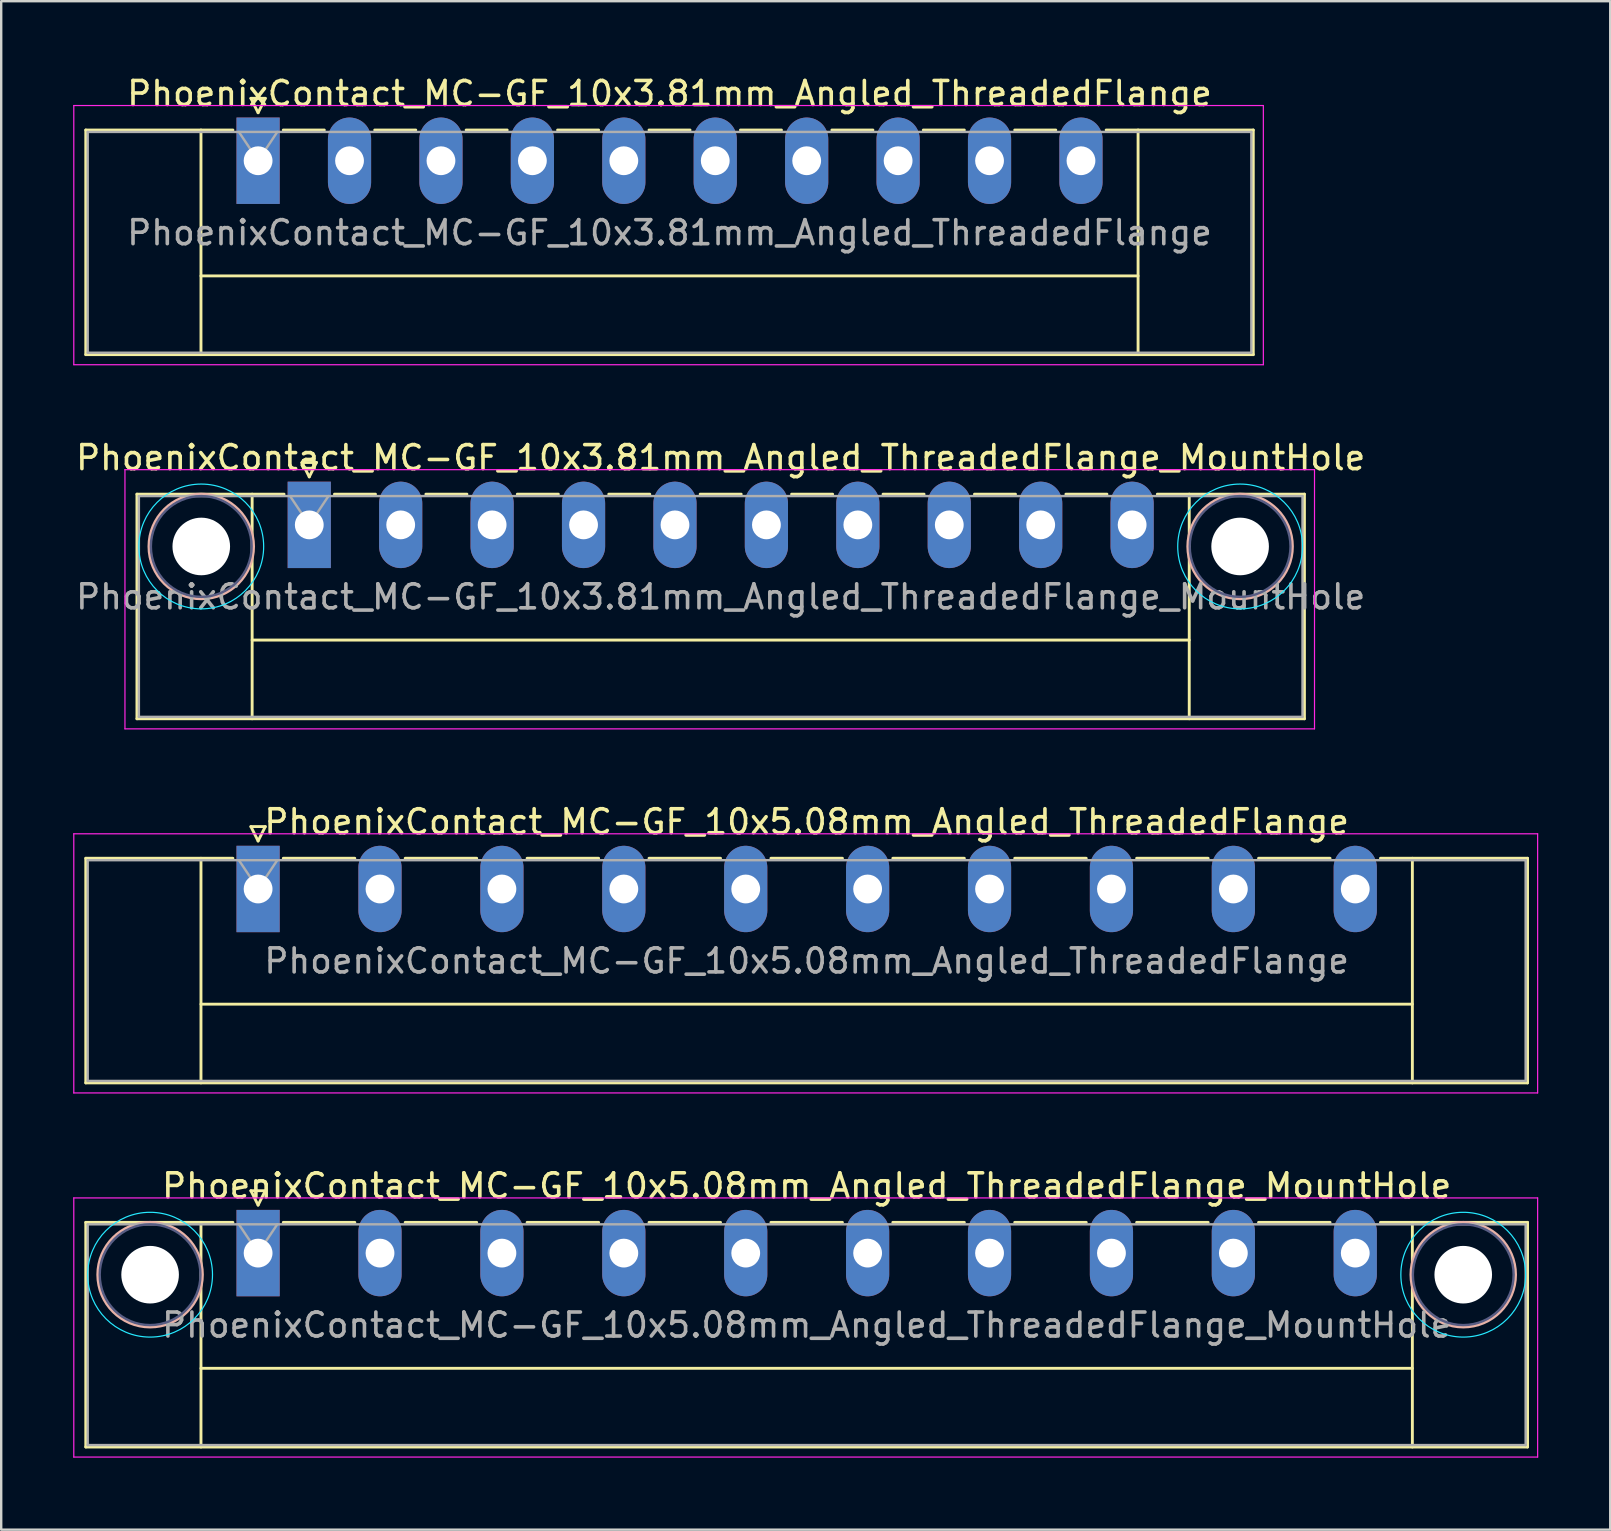
<source format=kicad_pcb>
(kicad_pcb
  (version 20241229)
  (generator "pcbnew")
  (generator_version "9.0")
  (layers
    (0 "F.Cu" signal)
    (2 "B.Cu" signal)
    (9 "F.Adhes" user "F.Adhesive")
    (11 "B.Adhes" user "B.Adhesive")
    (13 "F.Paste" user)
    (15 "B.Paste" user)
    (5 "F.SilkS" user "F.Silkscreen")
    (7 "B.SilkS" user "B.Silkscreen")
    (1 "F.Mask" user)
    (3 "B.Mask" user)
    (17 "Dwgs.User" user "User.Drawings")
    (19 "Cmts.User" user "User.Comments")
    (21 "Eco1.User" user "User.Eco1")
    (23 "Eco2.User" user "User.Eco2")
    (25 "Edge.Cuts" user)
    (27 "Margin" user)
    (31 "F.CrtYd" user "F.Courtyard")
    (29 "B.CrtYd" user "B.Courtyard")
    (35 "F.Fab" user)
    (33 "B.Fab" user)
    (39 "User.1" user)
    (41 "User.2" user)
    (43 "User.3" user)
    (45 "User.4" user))
  (footprint "PhoenixContact_MC-GF_10x5.08mm_Angled_ThreadedFlange_MountHole"
    (layer "F.Cu")
    (at 7.705 49.168)
    (property "Reference" "PhoenixContact_MC-GF_10x5.08mm_Angled_ThreadedFlange_MountHole" (at 22.86 -2.8 0) (layer "F.SilkS") (effects (font (size 1 1) (thickness 0.15))))
    (attr through_hole)
    (fp_line (start -7.18 -1.28) (end -7.18 8.08) (stroke (width 0.12) (type solid)) (layer "F.SilkS"))
    (fp_line (start -7.18 -1.28) (end -1.05 -1.28) (stroke (width 0.12) (type solid)) (layer "F.SilkS"))
    (fp_line (start -7.18 8.08) (end 52.9 8.08) (stroke (width 0.12) (type solid)) (layer "F.SilkS"))
    (fp_line (start -2.38 -1.28) (end -2.38 8.08) (stroke (width 0.12) (type solid)) (layer "F.SilkS"))
    (fp_line (start -2.38 4.8) (end 48.1 4.8) (stroke (width 0.12) (type solid)) (layer "F.SilkS"))
    (fp_line (start -0.3 -2.6) (end 0.3 -2.6) (stroke (width 0.12) (type solid)) (layer "F.SilkS"))
    (fp_line (start 0 -2) (end -0.3 -2.6) (stroke (width 0.12) (type solid)) (layer "F.SilkS"))
    (fp_line (start 0.3 -2.6) (end 0 -2) (stroke (width 0.12) (type solid)) (layer "F.SilkS"))
    (fp_line (start 1.05 -1.28) (end 4.03 -1.28) (stroke (width 0.12) (type solid)) (layer "F.SilkS"))
    (fp_line (start 6.13 -1.28) (end 9.11 -1.28) (stroke (width 0.12) (type solid)) (layer "F.SilkS"))
    (fp_line (start 11.21 -1.28) (end 14.19 -1.28) (stroke (width 0.12) (type solid)) (layer "F.SilkS"))
    (fp_line (start 16.29 -1.28) (end 19.27 -1.28) (stroke (width 0.12) (type solid)) (layer "F.SilkS"))
    (fp_line (start 21.37 -1.28) (end 24.35 -1.28) (stroke (width 0.12) (type solid)) (layer "F.SilkS"))
    (fp_line (start 26.45 -1.28) (end 29.43 -1.28) (stroke (width 0.12) (type solid)) (layer "F.SilkS"))
    (fp_line (start 31.53 -1.28) (end 34.51 -1.28) (stroke (width 0.12) (type solid)) (layer "F.SilkS"))
    (fp_line (start 36.61 -1.28) (end 39.59 -1.28) (stroke (width 0.12) (type solid)) (layer "F.SilkS"))
    (fp_line (start 41.69 -1.28) (end 44.67 -1.28) (stroke (width 0.12) (type solid)) (layer "F.SilkS"))
    (fp_line (start 48.1 -1.28) (end 48.1 8.08) (stroke (width 0.12) (type solid)) (layer "F.SilkS"))
    (fp_line (start 52.9 -1.28) (end 46.77 -1.28) (stroke (width 0.12) (type solid)) (layer "F.SilkS"))
    (fp_line (start 52.9 8.08) (end 52.9 -1.28) (stroke (width 0.12) (type solid)) (layer "F.SilkS"))
    (fp_circle (center -4.5 0.9) (end -2.32 0.9) (stroke (width 0.12) (type solid)) (fill no) (layer "B.SilkS"))
    (fp_circle (center 50.22 0.9) (end 52.4 0.9) (stroke (width 0.12) (type solid)) (fill no) (layer "B.SilkS"))
    (fp_circle (center -4.5 0.9) (end -1.9 0.9) (stroke (width 0.05) (type solid)) (fill no) (layer "B.CrtYd"))
    (fp_circle (center 50.22 0.9) (end 52.82 0.9) (stroke (width 0.05) (type solid)) (fill no) (layer "B.CrtYd"))
    (fp_line (start -7.68 -2.3) (end -7.68 8.5) (stroke (width 0.05) (type solid)) (layer "F.CrtYd"))
    (fp_line (start -7.68 8.5) (end 53.32 8.5) (stroke (width 0.05) (type solid)) (layer "F.CrtYd"))
    (fp_line (start 53.32 -2.3) (end -7.68 -2.3) (stroke (width 0.05) (type solid)) (layer "F.CrtYd"))
    (fp_line (start 53.32 8.5) (end 53.32 -2.3) (stroke (width 0.05) (type solid)) (layer "F.CrtYd"))
    (fp_circle (center -4.5 0.9) (end -2.4 0.9) (stroke (width 0.1) (type solid)) (fill no) (layer "B.Fab"))
    (fp_circle (center 50.22 0.9) (end 52.32 0.9) (stroke (width 0.1) (type solid)) (fill no) (layer "B.Fab"))
    (fp_line (start -7.1 -1.2) (end -7.1 8) (stroke (width 0.1) (type solid)) (layer "F.Fab"))
    (fp_line (start -7.1 8) (end 52.82 8) (stroke (width 0.1) (type solid)) (layer "F.Fab"))
    (fp_line (start 0 0) (end -0.8 -1.2) (stroke (width 0.1) (type solid)) (layer "F.Fab"))
    (fp_line (start 0.8 -1.2) (end 0 0) (stroke (width 0.1) (type solid)) (layer "F.Fab"))
    (fp_line (start 52.82 -1.2) (end -7.1 -1.2) (stroke (width 0.1) (type solid)) (layer "F.Fab"))
    (fp_line (start 52.82 8) (end 52.82 -1.2) (stroke (width 0.1) (type solid)) (layer "F.Fab"))
    (fp_text user "${REFERENCE}" (at 22.86 3 0) (layer "F.Fab") (effects (font (size 1 1) (thickness 0.15))))
    (pad "" np_thru_hole circle (at -4.5 0.9) (size 2.4 2.4) (drill 2.4) (layers "*.Cu" "*.Mask"))
    (pad "" np_thru_hole circle (at 50.22 0.9) (size 2.4 2.4) (drill 2.4) (layers "*.Cu" "*.Mask"))
    (pad "1" thru_hole rect (at 0 0) (size 1.8 3.6) (drill 1.2) (layers "*.Cu" "*.Mask"))
    (pad "2" thru_hole oval (at 5.08 0) (size 1.8 3.6) (drill 1.2) (layers "*.Cu" "*.Mask"))
    (pad "3" thru_hole oval (at 10.16 0) (size 1.8 3.6) (drill 1.2) (layers "*.Cu" "*.Mask"))
    (pad "4" thru_hole oval (at 15.24 0) (size 1.8 3.6) (drill 1.2) (layers "*.Cu" "*.Mask"))
    (pad "5" thru_hole oval (at 20.32 0) (size 1.8 3.6) (drill 1.2) (layers "*.Cu" "*.Mask"))
    (pad "6" thru_hole oval (at 25.4 0) (size 1.8 3.6) (drill 1.2) (layers "*.Cu" "*.Mask"))
    (pad "7" thru_hole oval (at 30.48 0) (size 1.8 3.6) (drill 1.2) (layers "*.Cu" "*.Mask"))
    (pad "8" thru_hole oval (at 35.56 0) (size 1.8 3.6) (drill 1.2) (layers "*.Cu" "*.Mask"))
    (pad "9" thru_hole oval (at 40.64 0) (size 1.8 3.6) (drill 1.2) (layers "*.Cu" "*.Mask"))
    (pad "10" thru_hole oval (at 45.72 0) (size 1.8 3.6) (drill 1.2) (layers "*.Cu" "*.Mask")))
  (footprint "PhoenixContact_MC-GF_10x3.81mm_Angled_ThreadedFlange_MountHole"
    (layer "F.Cu")
    (at 9.837 18.822)
    (property "Reference" "PhoenixContact_MC-GF_10x3.81mm_Angled_ThreadedFlange_MountHole" (at 17.145 -2.8 0) (layer "F.SilkS") (effects (font (size 1 1) (thickness 0.15))))
    (attr through_hole)
    (fp_line (start -7.18 -1.28) (end -7.18 8.08) (stroke (width 0.12) (type solid)) (layer "F.SilkS"))
    (fp_line (start -7.18 -1.28) (end -1.05 -1.28) (stroke (width 0.12) (type solid)) (layer "F.SilkS"))
    (fp_line (start -7.18 8.08) (end 41.47 8.08) (stroke (width 0.12) (type solid)) (layer "F.SilkS"))
    (fp_line (start -2.38 -1.28) (end -2.38 8.08) (stroke (width 0.12) (type solid)) (layer "F.SilkS"))
    (fp_line (start -2.38 4.8) (end 36.67 4.8) (stroke (width 0.12) (type solid)) (layer "F.SilkS"))
    (fp_line (start -0.3 -2.6) (end 0.3 -2.6) (stroke (width 0.12) (type solid)) (layer "F.SilkS"))
    (fp_line (start 0 -2) (end -0.3 -2.6) (stroke (width 0.12) (type solid)) (layer "F.SilkS"))
    (fp_line (start 0.3 -2.6) (end 0 -2) (stroke (width 0.12) (type solid)) (layer "F.SilkS"))
    (fp_line (start 1.05 -1.28) (end 2.76 -1.28) (stroke (width 0.12) (type solid)) (layer "F.SilkS"))
    (fp_line (start 4.86 -1.28) (end 6.57 -1.28) (stroke (width 0.12) (type solid)) (layer "F.SilkS"))
    (fp_line (start 8.67 -1.28) (end 10.38 -1.28) (stroke (width 0.12) (type solid)) (layer "F.SilkS"))
    (fp_line (start 12.48 -1.28) (end 14.19 -1.28) (stroke (width 0.12) (type solid)) (layer "F.SilkS"))
    (fp_line (start 16.29 -1.28) (end 18 -1.28) (stroke (width 0.12) (type solid)) (layer "F.SilkS"))
    (fp_line (start 20.1 -1.28) (end 21.81 -1.28) (stroke (width 0.12) (type solid)) (layer "F.SilkS"))
    (fp_line (start 23.91 -1.28) (end 25.62 -1.28) (stroke (width 0.12) (type solid)) (layer "F.SilkS"))
    (fp_line (start 27.72 -1.28) (end 29.43 -1.28) (stroke (width 0.12) (type solid)) (layer "F.SilkS"))
    (fp_line (start 31.53 -1.28) (end 33.24 -1.28) (stroke (width 0.12) (type solid)) (layer "F.SilkS"))
    (fp_line (start 36.67 -1.28) (end 36.67 8.08) (stroke (width 0.12) (type solid)) (layer "F.SilkS"))
    (fp_line (start 41.47 -1.28) (end 35.34 -1.28) (stroke (width 0.12) (type solid)) (layer "F.SilkS"))
    (fp_line (start 41.47 8.08) (end 41.47 -1.28) (stroke (width 0.12) (type solid)) (layer "F.SilkS"))
    (fp_circle (center -4.5 0.9) (end -2.32 0.9) (stroke (width 0.12) (type solid)) (fill no) (layer "B.SilkS"))
    (fp_circle (center 38.79 0.9) (end 40.97 0.9) (stroke (width 0.12) (type solid)) (fill no) (layer "B.SilkS"))
    (fp_circle (center -4.5 0.9) (end -1.9 0.9) (stroke (width 0.05) (type solid)) (fill no) (layer "B.CrtYd"))
    (fp_circle (center 38.79 0.9) (end 41.39 0.9) (stroke (width 0.05) (type solid)) (fill no) (layer "B.CrtYd"))
    (fp_line (start -7.68 -2.3) (end -7.68 8.5) (stroke (width 0.05) (type solid)) (layer "F.CrtYd"))
    (fp_line (start -7.68 8.5) (end 41.89 8.5) (stroke (width 0.05) (type solid)) (layer "F.CrtYd"))
    (fp_line (start 41.89 -2.3) (end -7.68 -2.3) (stroke (width 0.05) (type solid)) (layer "F.CrtYd"))
    (fp_line (start 41.89 8.5) (end 41.89 -2.3) (stroke (width 0.05) (type solid)) (layer "F.CrtYd"))
    (fp_circle (center -4.5 0.9) (end -2.4 0.9) (stroke (width 0.1) (type solid)) (fill no) (layer "B.Fab"))
    (fp_circle (center 38.79 0.9) (end 40.89 0.9) (stroke (width 0.1) (type solid)) (fill no) (layer "B.Fab"))
    (fp_line (start -7.1 -1.2) (end -7.1 8) (stroke (width 0.1) (type solid)) (layer "F.Fab"))
    (fp_line (start -7.1 8) (end 41.39 8) (stroke (width 0.1) (type solid)) (layer "F.Fab"))
    (fp_line (start 0 0) (end -0.8 -1.2) (stroke (width 0.1) (type solid)) (layer "F.Fab"))
    (fp_line (start 0.8 -1.2) (end 0 0) (stroke (width 0.1) (type solid)) (layer "F.Fab"))
    (fp_line (start 41.39 -1.2) (end -7.1 -1.2) (stroke (width 0.1) (type solid)) (layer "F.Fab"))
    (fp_line (start 41.39 8) (end 41.39 -1.2) (stroke (width 0.1) (type solid)) (layer "F.Fab"))
    (fp_text user "${REFERENCE}" (at 17.145 3 0) (layer "F.Fab") (effects (font (size 1 1) (thickness 0.15))))
    (pad "" np_thru_hole circle (at -4.5 0.9) (size 2.4 2.4) (drill 2.4) (layers "*.Cu" "*.Mask"))
    (pad "" np_thru_hole circle (at 38.79 0.9) (size 2.4 2.4) (drill 2.4) (layers "*.Cu" "*.Mask"))
    (pad "1" thru_hole rect (at 0 0) (size 1.8 3.6) (drill 1.2) (layers "*.Cu" "*.Mask"))
    (pad "2" thru_hole oval (at 3.81 0) (size 1.8 3.6) (drill 1.2) (layers "*.Cu" "*.Mask"))
    (pad "3" thru_hole oval (at 7.62 0) (size 1.8 3.6) (drill 1.2) (layers "*.Cu" "*.Mask"))
    (pad "4" thru_hole oval (at 11.43 0) (size 1.8 3.6) (drill 1.2) (layers "*.Cu" "*.Mask"))
    (pad "5" thru_hole oval (at 15.24 0) (size 1.8 3.6) (drill 1.2) (layers "*.Cu" "*.Mask"))
    (pad "6" thru_hole oval (at 19.05 0) (size 1.8 3.6) (drill 1.2) (layers "*.Cu" "*.Mask"))
    (pad "7" thru_hole oval (at 22.86 0) (size 1.8 3.6) (drill 1.2) (layers "*.Cu" "*.Mask"))
    (pad "8" thru_hole oval (at 26.67 0) (size 1.8 3.6) (drill 1.2) (layers "*.Cu" "*.Mask"))
    (pad "9" thru_hole oval (at 30.48 0) (size 1.8 3.6) (drill 1.2) (layers "*.Cu" "*.Mask"))
    (pad "10" thru_hole oval (at 34.29 0) (size 1.8 3.6) (drill 1.2) (layers "*.Cu" "*.Mask")))
  (footprint "PhoenixContact_MC-GF_10x5.08mm_Angled_ThreadedFlange"
    (layer "F.Cu")
    (at 7.705 33.995)
    (property "Reference" "PhoenixContact_MC-GF_10x5.08mm_Angled_ThreadedFlange" (at 22.86 -2.8 0) (layer "F.SilkS") (effects (font (size 1 1) (thickness 0.15))))
    (attr through_hole)
    (fp_line (start -7.18 -1.28) (end -7.18 8.08) (stroke (width 0.12) (type solid)) (layer "F.SilkS"))
    (fp_line (start -7.18 -1.28) (end -1.05 -1.28) (stroke (width 0.12) (type solid)) (layer "F.SilkS"))
    (fp_line (start -7.18 8.08) (end 52.9 8.08) (stroke (width 0.12) (type solid)) (layer "F.SilkS"))
    (fp_line (start -2.38 -1.28) (end -2.38 8.08) (stroke (width 0.12) (type solid)) (layer "F.SilkS"))
    (fp_line (start -2.38 4.8) (end 48.1 4.8) (stroke (width 0.12) (type solid)) (layer "F.SilkS"))
    (fp_line (start -0.3 -2.6) (end 0.3 -2.6) (stroke (width 0.12) (type solid)) (layer "F.SilkS"))
    (fp_line (start 0 -2) (end -0.3 -2.6) (stroke (width 0.12) (type solid)) (layer "F.SilkS"))
    (fp_line (start 0.3 -2.6) (end 0 -2) (stroke (width 0.12) (type solid)) (layer "F.SilkS"))
    (fp_line (start 1.05 -1.28) (end 4.03 -1.28) (stroke (width 0.12) (type solid)) (layer "F.SilkS"))
    (fp_line (start 6.13 -1.28) (end 9.11 -1.28) (stroke (width 0.12) (type solid)) (layer "F.SilkS"))
    (fp_line (start 11.21 -1.28) (end 14.19 -1.28) (stroke (width 0.12) (type solid)) (layer "F.SilkS"))
    (fp_line (start 16.29 -1.28) (end 19.27 -1.28) (stroke (width 0.12) (type solid)) (layer "F.SilkS"))
    (fp_line (start 21.37 -1.28) (end 24.35 -1.28) (stroke (width 0.12) (type solid)) (layer "F.SilkS"))
    (fp_line (start 26.45 -1.28) (end 29.43 -1.28) (stroke (width 0.12) (type solid)) (layer "F.SilkS"))
    (fp_line (start 31.53 -1.28) (end 34.51 -1.28) (stroke (width 0.12) (type solid)) (layer "F.SilkS"))
    (fp_line (start 36.61 -1.28) (end 39.59 -1.28) (stroke (width 0.12) (type solid)) (layer "F.SilkS"))
    (fp_line (start 41.69 -1.28) (end 44.67 -1.28) (stroke (width 0.12) (type solid)) (layer "F.SilkS"))
    (fp_line (start 48.1 -1.28) (end 48.1 8.08) (stroke (width 0.12) (type solid)) (layer "F.SilkS"))
    (fp_line (start 52.9 -1.28) (end 46.77 -1.28) (stroke (width 0.12) (type solid)) (layer "F.SilkS"))
    (fp_line (start 52.9 8.08) (end 52.9 -1.28) (stroke (width 0.12) (type solid)) (layer "F.SilkS"))
    (fp_line (start -7.68 -2.3) (end -7.68 8.5) (stroke (width 0.05) (type solid)) (layer "F.CrtYd"))
    (fp_line (start -7.68 8.5) (end 53.32 8.5) (stroke (width 0.05) (type solid)) (layer "F.CrtYd"))
    (fp_line (start 53.32 -2.3) (end -7.68 -2.3) (stroke (width 0.05) (type solid)) (layer "F.CrtYd"))
    (fp_line (start 53.32 8.5) (end 53.32 -2.3) (stroke (width 0.05) (type solid)) (layer "F.CrtYd"))
    (fp_line (start -7.1 -1.2) (end -7.1 8) (stroke (width 0.1) (type solid)) (layer "F.Fab"))
    (fp_line (start -7.1 8) (end 52.82 8) (stroke (width 0.1) (type solid)) (layer "F.Fab"))
    (fp_line (start 0 0) (end -0.8 -1.2) (stroke (width 0.1) (type solid)) (layer "F.Fab"))
    (fp_line (start 0.8 -1.2) (end 0 0) (stroke (width 0.1) (type solid)) (layer "F.Fab"))
    (fp_line (start 52.82 -1.2) (end -7.1 -1.2) (stroke (width 0.1) (type solid)) (layer "F.Fab"))
    (fp_line (start 52.82 8) (end 52.82 -1.2) (stroke (width 0.1) (type solid)) (layer "F.Fab"))
    (fp_text user "${REFERENCE}" (at 22.86 3 0) (layer "F.Fab") (effects (font (size 1 1) (thickness 0.15))))
    (pad "1" thru_hole rect (at 0 0) (size 1.8 3.6) (drill 1.2) (layers "*.Cu" "*.Mask"))
    (pad "2" thru_hole oval (at 5.08 0) (size 1.8 3.6) (drill 1.2) (layers "*.Cu" "*.Mask"))
    (pad "3" thru_hole oval (at 10.16 0) (size 1.8 3.6) (drill 1.2) (layers "*.Cu" "*.Mask"))
    (pad "4" thru_hole oval (at 15.24 0) (size 1.8 3.6) (drill 1.2) (layers "*.Cu" "*.Mask"))
    (pad "5" thru_hole oval (at 20.32 0) (size 1.8 3.6) (drill 1.2) (layers "*.Cu" "*.Mask"))
    (pad "6" thru_hole oval (at 25.4 0) (size 1.8 3.6) (drill 1.2) (layers "*.Cu" "*.Mask"))
    (pad "7" thru_hole oval (at 30.48 0) (size 1.8 3.6) (drill 1.2) (layers "*.Cu" "*.Mask"))
    (pad "8" thru_hole oval (at 35.56 0) (size 1.8 3.6) (drill 1.2) (layers "*.Cu" "*.Mask"))
    (pad "9" thru_hole oval (at 40.64 0) (size 1.8 3.6) (drill 1.2) (layers "*.Cu" "*.Mask"))
    (pad "10" thru_hole oval (at 45.72 0) (size 1.8 3.6) (drill 1.2) (layers "*.Cu" "*.Mask")))
  (footprint "PhoenixContact_MC-GF_10x3.81mm_Angled_ThreadedFlange"
    (layer "F.Cu")
    (at 7.705 3.648)
    (property "Reference" "PhoenixContact_MC-GF_10x3.81mm_Angled_ThreadedFlange" (at 17.145 -2.8 0) (layer "F.SilkS") (effects (font (size 1 1) (thickness 0.15))))
    (attr through_hole)
    (fp_line (start -7.18 -1.28) (end -7.18 8.08) (stroke (width 0.12) (type solid)) (layer "F.SilkS"))
    (fp_line (start -7.18 -1.28) (end -1.05 -1.28) (stroke (width 0.12) (type solid)) (layer "F.SilkS"))
    (fp_line (start -7.18 8.08) (end 41.47 8.08) (stroke (width 0.12) (type solid)) (layer "F.SilkS"))
    (fp_line (start -2.38 -1.28) (end -2.38 8.08) (stroke (width 0.12) (type solid)) (layer "F.SilkS"))
    (fp_line (start -2.38 4.8) (end 36.67 4.8) (stroke (width 0.12) (type solid)) (layer "F.SilkS"))
    (fp_line (start -0.3 -2.6) (end 0.3 -2.6) (stroke (width 0.12) (type solid)) (layer "F.SilkS"))
    (fp_line (start 0 -2) (end -0.3 -2.6) (stroke (width 0.12) (type solid)) (layer "F.SilkS"))
    (fp_line (start 0.3 -2.6) (end 0 -2) (stroke (width 0.12) (type solid)) (layer "F.SilkS"))
    (fp_line (start 1.05 -1.28) (end 2.76 -1.28) (stroke (width 0.12) (type solid)) (layer "F.SilkS"))
    (fp_line (start 4.86 -1.28) (end 6.57 -1.28) (stroke (width 0.12) (type solid)) (layer "F.SilkS"))
    (fp_line (start 8.67 -1.28) (end 10.38 -1.28) (stroke (width 0.12) (type solid)) (layer "F.SilkS"))
    (fp_line (start 12.48 -1.28) (end 14.19 -1.28) (stroke (width 0.12) (type solid)) (layer "F.SilkS"))
    (fp_line (start 16.29 -1.28) (end 18 -1.28) (stroke (width 0.12) (type solid)) (layer "F.SilkS"))
    (fp_line (start 20.1 -1.28) (end 21.81 -1.28) (stroke (width 0.12) (type solid)) (layer "F.SilkS"))
    (fp_line (start 23.91 -1.28) (end 25.62 -1.28) (stroke (width 0.12) (type solid)) (layer "F.SilkS"))
    (fp_line (start 27.72 -1.28) (end 29.43 -1.28) (stroke (width 0.12) (type solid)) (layer "F.SilkS"))
    (fp_line (start 31.53 -1.28) (end 33.24 -1.28) (stroke (width 0.12) (type solid)) (layer "F.SilkS"))
    (fp_line (start 36.67 -1.28) (end 36.67 8.08) (stroke (width 0.12) (type solid)) (layer "F.SilkS"))
    (fp_line (start 41.47 -1.28) (end 35.34 -1.28) (stroke (width 0.12) (type solid)) (layer "F.SilkS"))
    (fp_line (start 41.47 8.08) (end 41.47 -1.28) (stroke (width 0.12) (type solid)) (layer "F.SilkS"))
    (fp_line (start -7.68 -2.3) (end -7.68 8.5) (stroke (width 0.05) (type solid)) (layer "F.CrtYd"))
    (fp_line (start -7.68 8.5) (end 41.89 8.5) (stroke (width 0.05) (type solid)) (layer "F.CrtYd"))
    (fp_line (start 41.89 -2.3) (end -7.68 -2.3) (stroke (width 0.05) (type solid)) (layer "F.CrtYd"))
    (fp_line (start 41.89 8.5) (end 41.89 -2.3) (stroke (width 0.05) (type solid)) (layer "F.CrtYd"))
    (fp_line (start -7.1 -1.2) (end -7.1 8) (stroke (width 0.1) (type solid)) (layer "F.Fab"))
    (fp_line (start -7.1 8) (end 41.39 8) (stroke (width 0.1) (type solid)) (layer "F.Fab"))
    (fp_line (start 0 0) (end -0.8 -1.2) (stroke (width 0.1) (type solid)) (layer "F.Fab"))
    (fp_line (start 0.8 -1.2) (end 0 0) (stroke (width 0.1) (type solid)) (layer "F.Fab"))
    (fp_line (start 41.39 -1.2) (end -7.1 -1.2) (stroke (width 0.1) (type solid)) (layer "F.Fab"))
    (fp_line (start 41.39 8) (end 41.39 -1.2) (stroke (width 0.1) (type solid)) (layer "F.Fab"))
    (fp_text user "${REFERENCE}" (at 17.145 3 0) (layer "F.Fab") (effects (font (size 1 1) (thickness 0.15))))
    (pad "1" thru_hole rect (at 0 0) (size 1.8 3.6) (drill 1.2) (layers "*.Cu" "*.Mask"))
    (pad "2" thru_hole oval (at 3.81 0) (size 1.8 3.6) (drill 1.2) (layers "*.Cu" "*.Mask"))
    (pad "3" thru_hole oval (at 7.62 0) (size 1.8 3.6) (drill 1.2) (layers "*.Cu" "*.Mask"))
    (pad "4" thru_hole oval (at 11.43 0) (size 1.8 3.6) (drill 1.2) (layers "*.Cu" "*.Mask"))
    (pad "5" thru_hole oval (at 15.24 0) (size 1.8 3.6) (drill 1.2) (layers "*.Cu" "*.Mask"))
    (pad "6" thru_hole oval (at 19.05 0) (size 1.8 3.6) (drill 1.2) (layers "*.Cu" "*.Mask"))
    (pad "7" thru_hole oval (at 22.86 0) (size 1.8 3.6) (drill 1.2) (layers "*.Cu" "*.Mask"))
    (pad "8" thru_hole oval (at 26.67 0) (size 1.8 3.6) (drill 1.2) (layers "*.Cu" "*.Mask"))
    (pad "9" thru_hole oval (at 30.48 0) (size 1.8 3.6) (drill 1.2) (layers "*.Cu" "*.Mask"))
    (pad "10" thru_hole oval (at 34.29 0) (size 1.8 3.6) (drill 1.2) (layers "*.Cu" "*.Mask")))
  (gr_rect
    (start -3 -3)
    (end 64.05 60.693)
    (stroke (width 0.1) (type default))
    (fill no)
    (layer "Edge.Cuts")))
</source>
